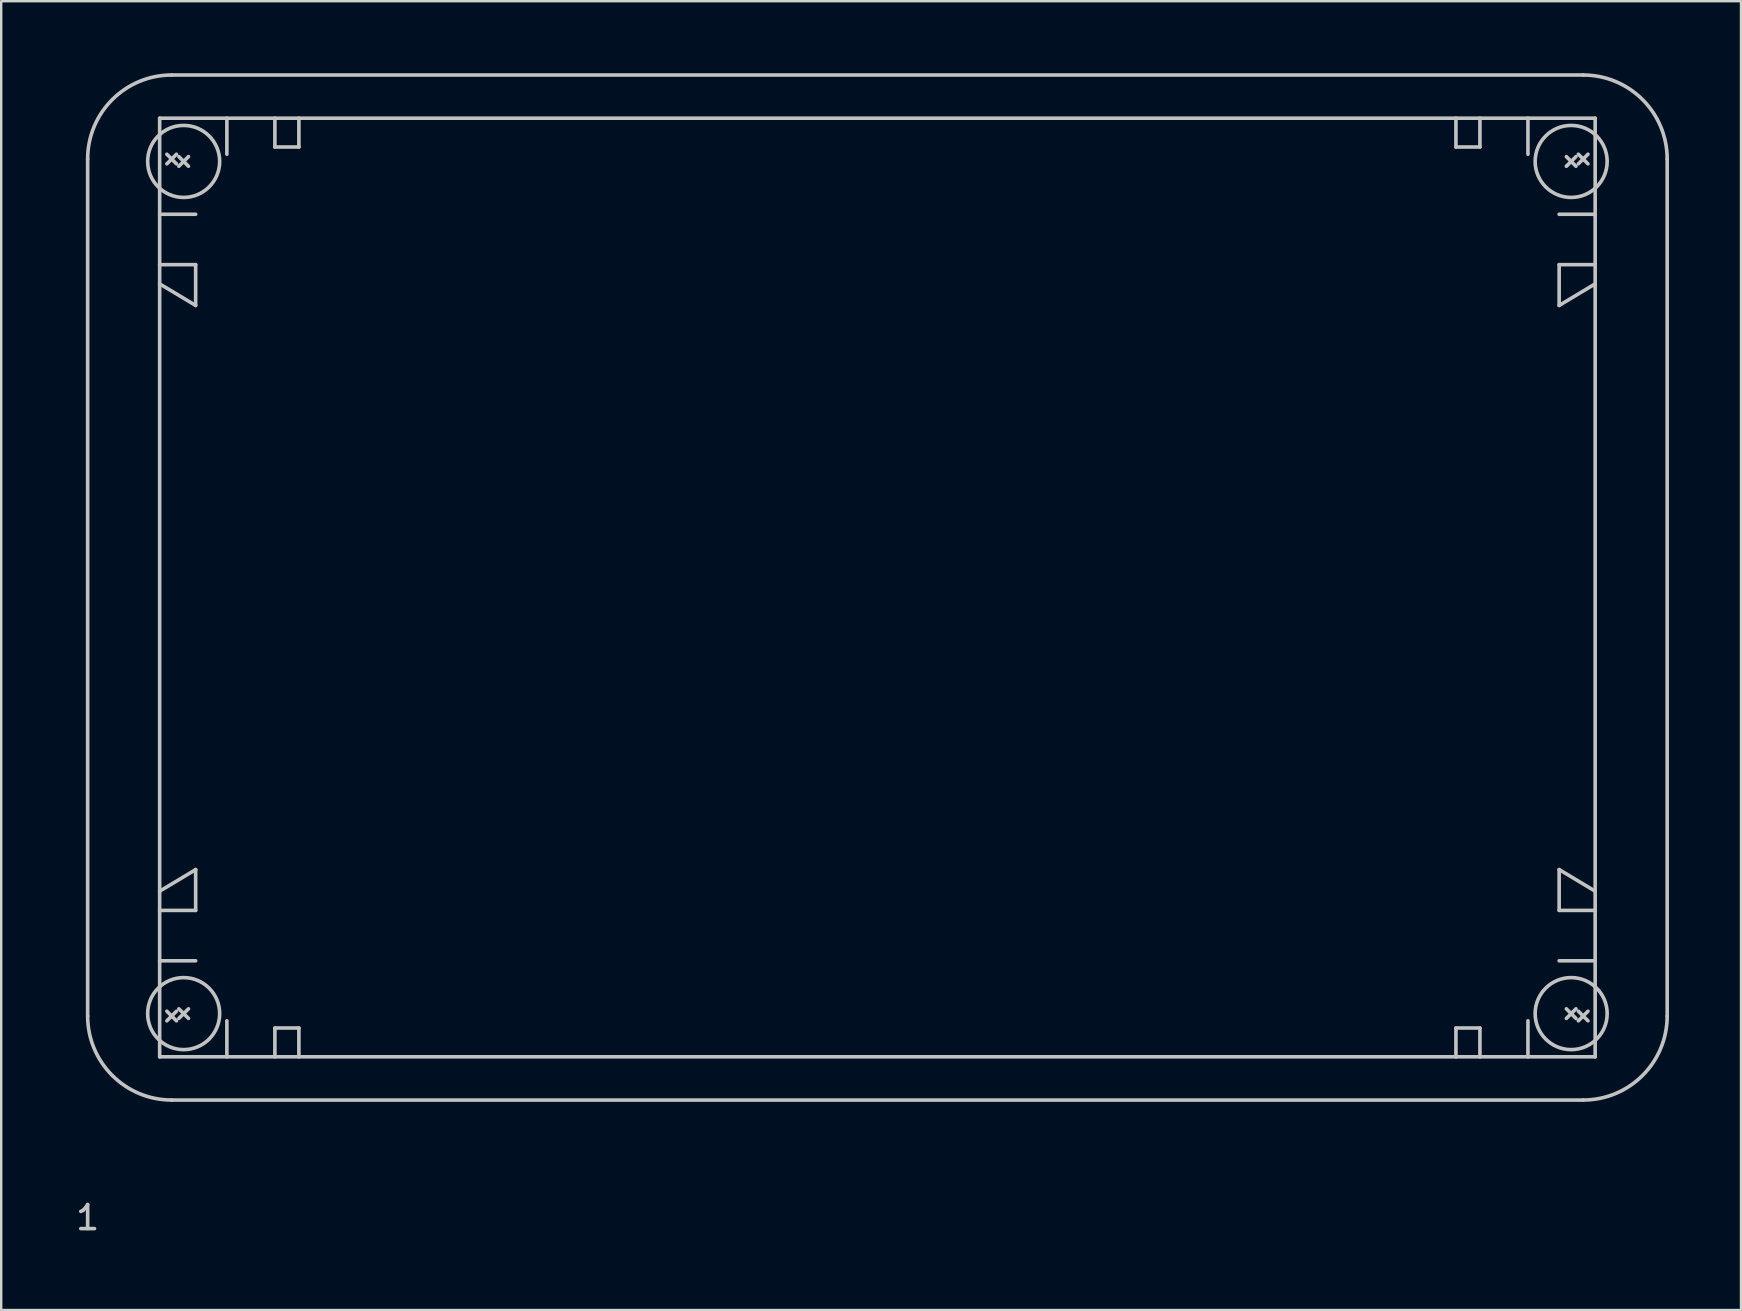
<source format=kicad_pcb>
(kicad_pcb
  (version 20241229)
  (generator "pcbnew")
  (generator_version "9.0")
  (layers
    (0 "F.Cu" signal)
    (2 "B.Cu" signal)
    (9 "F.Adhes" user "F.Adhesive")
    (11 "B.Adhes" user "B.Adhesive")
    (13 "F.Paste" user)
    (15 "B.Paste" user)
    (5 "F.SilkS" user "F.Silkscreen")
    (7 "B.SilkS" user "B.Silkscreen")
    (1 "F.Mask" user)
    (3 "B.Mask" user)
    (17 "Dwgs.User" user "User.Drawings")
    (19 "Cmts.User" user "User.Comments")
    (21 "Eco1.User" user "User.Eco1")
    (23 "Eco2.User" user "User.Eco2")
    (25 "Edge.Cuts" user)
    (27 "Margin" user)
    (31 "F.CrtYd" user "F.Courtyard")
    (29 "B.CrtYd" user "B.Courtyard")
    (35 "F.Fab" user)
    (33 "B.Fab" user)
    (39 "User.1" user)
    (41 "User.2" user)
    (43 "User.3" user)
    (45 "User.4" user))
  (footprint "1"
    (layer "F.Cu")
    (at 0.601 42.775)
    (property "Reference" "1" (at 0 4.9 0) (layer "Dwgs.User") (effects (font (size 1 1) (thickness 0.15))))
    (attr through_hole)
    (fp_line (start 0 -3.5) (end 0 -39.2) (stroke (width 0.15) (type solid)) (layer "Dwgs.User"))
    (fp_line (start 3 -40.9) (end 3 -1.8) (stroke (width 0.15) (type solid)) (layer "Dwgs.User"))
    (fp_line (start 3 -7.9) (end 4.5 -7.9) (stroke (width 0.15) (type solid)) (layer "Dwgs.User"))
    (fp_line (start 3 -5.8) (end 4.5 -5.8) (stroke (width 0.15) (type solid)) (layer "Dwgs.User"))
    (fp_line (start 3 -1.8) (end 62.8 -1.8) (stroke (width 0.15) (type solid)) (layer "Dwgs.User"))
    (fp_line (start 3.3 -39) (end 3.7 -39.4) (stroke (width 0.15) (type solid)) (layer "Dwgs.User"))
    (fp_line (start 3.3 -3.7) (end 3.7 -3.3) (stroke (width 0.15) (type solid)) (layer "Dwgs.User"))
    (fp_line (start 3.5 -42.7) (end 62.3 -42.7) (stroke (width 0.15) (type solid)) (layer "Dwgs.User"))
    (fp_line (start 3.7 -39) (end 3.3 -39.4) (stroke (width 0.15) (type solid)) (layer "Dwgs.User"))
    (fp_line (start 3.7 -3.7) (end 3.3 -3.3) (stroke (width 0.15) (type solid)) (layer "Dwgs.User"))
    (fp_line (start 3.8 -38.9) (end 4.2 -39.3) (stroke (width 0.15) (type solid)) (layer "Dwgs.User"))
    (fp_line (start 3.8 -3.8) (end 4.2 -3.4) (stroke (width 0.15) (type solid)) (layer "Dwgs.User"))
    (fp_line (start 4.2 -38.9) (end 3.8 -39.3) (stroke (width 0.15) (type solid)) (layer "Dwgs.User"))
    (fp_line (start 4.2 -3.8) (end 3.8 -3.4) (stroke (width 0.15) (type solid)) (layer "Dwgs.User"))
    (fp_line (start 4.5 -36.9) (end 3 -36.9) (stroke (width 0.15) (type solid)) (layer "Dwgs.User"))
    (fp_line (start 4.5 -34.8) (end 3 -34.8) (stroke (width 0.15) (type solid)) (layer "Dwgs.User"))
    (fp_line (start 4.5 -34.8) (end 4.5 -33.1) (stroke (width 0.15) (type solid)) (layer "Dwgs.User"))
    (fp_line (start 4.5 -33.1) (end 3 -34) (stroke (width 0.15) (type solid)) (layer "Dwgs.User"))
    (fp_line (start 4.5 -9.6) (end 3 -8.7) (stroke (width 0.15) (type solid)) (layer "Dwgs.User"))
    (fp_line (start 4.5 -7.9) (end 4.5 -9.6) (stroke (width 0.15) (type solid)) (layer "Dwgs.User"))
    (fp_line (start 5.8 -40.9) (end 5.8 -39.4) (stroke (width 0.15) (type solid)) (layer "Dwgs.User"))
    (fp_line (start 5.8 -1.8) (end 5.8 -3.3) (stroke (width 0.15) (type solid)) (layer "Dwgs.User"))
    (fp_line (start 7.8 -40.9) (end 7.8 -39.7) (stroke (width 0.15) (type solid)) (layer "Dwgs.User"))
    (fp_line (start 7.8 -39.7) (end 8.8 -39.7) (stroke (width 0.15) (type solid)) (layer "Dwgs.User"))
    (fp_line (start 7.8 -3) (end 8.8 -3) (stroke (width 0.15) (type solid)) (layer "Dwgs.User"))
    (fp_line (start 7.8 -1.8) (end 7.8 -3) (stroke (width 0.15) (type solid)) (layer "Dwgs.User"))
    (fp_line (start 8.8 -39.7) (end 8.8 -40.9) (stroke (width 0.15) (type solid)) (layer "Dwgs.User"))
    (fp_line (start 8.8 -3) (end 8.8 -1.8) (stroke (width 0.15) (type solid)) (layer "Dwgs.User"))
    (fp_line (start 57 -39.7) (end 57 -40.9) (stroke (width 0.15) (type solid)) (layer "Dwgs.User"))
    (fp_line (start 57 -3) (end 57 -1.8) (stroke (width 0.15) (type solid)) (layer "Dwgs.User"))
    (fp_line (start 58 -40.9) (end 58 -39.7) (stroke (width 0.15) (type solid)) (layer "Dwgs.User"))
    (fp_line (start 58 -39.7) (end 57 -39.7) (stroke (width 0.15) (type solid)) (layer "Dwgs.User"))
    (fp_line (start 58 -3) (end 57 -3) (stroke (width 0.15) (type solid)) (layer "Dwgs.User"))
    (fp_line (start 58 -1.8) (end 58 -3) (stroke (width 0.15) (type solid)) (layer "Dwgs.User"))
    (fp_line (start 60 -40.9) (end 60 -39.4) (stroke (width 0.15) (type solid)) (layer "Dwgs.User"))
    (fp_line (start 60 -1.8) (end 60 -3.3) (stroke (width 0.15) (type solid)) (layer "Dwgs.User"))
    (fp_line (start 61.3 -34.8) (end 61.3 -33.1) (stroke (width 0.15) (type solid)) (layer "Dwgs.User"))
    (fp_line (start 61.3 -33.1) (end 62.8 -34) (stroke (width 0.15) (type solid)) (layer "Dwgs.User"))
    (fp_line (start 61.3 -9.6) (end 62.8 -8.7) (stroke (width 0.15) (type solid)) (layer "Dwgs.User"))
    (fp_line (start 61.3 -7.9) (end 61.3 -9.6) (stroke (width 0.15) (type solid)) (layer "Dwgs.User"))
    (fp_line (start 61.3 -7.9) (end 62.8 -7.9) (stroke (width 0.15) (type solid)) (layer "Dwgs.User"))
    (fp_line (start 61.3 -5.8) (end 62.8 -5.8) (stroke (width 0.15) (type solid)) (layer "Dwgs.User"))
    (fp_line (start 61.6 -38.9) (end 62 -39.3) (stroke (width 0.15) (type solid)) (layer "Dwgs.User"))
    (fp_line (start 61.6 -3.8) (end 62 -3.4) (stroke (width 0.15) (type solid)) (layer "Dwgs.User"))
    (fp_line (start 62 -38.9) (end 61.6 -39.3) (stroke (width 0.15) (type solid)) (layer "Dwgs.User"))
    (fp_line (start 62 -3.8) (end 61.6 -3.4) (stroke (width 0.15) (type solid)) (layer "Dwgs.User"))
    (fp_line (start 62.1 -39) (end 62.5 -39.4) (stroke (width 0.15) (type solid)) (layer "Dwgs.User"))
    (fp_line (start 62.1 -3.7) (end 62.5 -3.3) (stroke (width 0.15) (type solid)) (layer "Dwgs.User"))
    (fp_line (start 62.3 0) (end 3.5 0) (stroke (width 0.15) (type solid)) (layer "Dwgs.User"))
    (fp_line (start 62.5 -39) (end 62.1 -39.4) (stroke (width 0.15) (type solid)) (layer "Dwgs.User"))
    (fp_line (start 62.5 -3.7) (end 62.1 -3.3) (stroke (width 0.15) (type solid)) (layer "Dwgs.User"))
    (fp_line (start 62.8 -40.9) (end 3 -40.9) (stroke (width 0.15) (type solid)) (layer "Dwgs.User"))
    (fp_line (start 62.8 -36.9) (end 61.3 -36.9) (stroke (width 0.15) (type solid)) (layer "Dwgs.User"))
    (fp_line (start 62.8 -34.8) (end 61.3 -34.8) (stroke (width 0.15) (type solid)) (layer "Dwgs.User"))
    (fp_line (start 62.8 -1.8) (end 62.8 -40.9) (stroke (width 0.15) (type solid)) (layer "Dwgs.User"))
    (fp_line (start 65.8 -39.2) (end 65.8 -3.5) (stroke (width 0.15) (type solid)) (layer "Dwgs.User"))
    (fp_arc (start 0 -39.2) (mid 1.025126 -41.674874) (end 3.5 -42.7) (stroke (width 0.15) (type solid)) (layer "Dwgs.User"))
    (fp_arc (start 3.5 0) (mid 1.025126 -1.025126) (end 0 -3.5) (stroke (width 0.15) (type solid)) (layer "Dwgs.User"))
    (fp_arc (start 62.3 -42.7) (mid 64.774874 -41.674874) (end 65.8 -39.2) (stroke (width 0.15) (type solid)) (layer "Dwgs.User"))
    (fp_arc (start 65.8 -3.5) (mid 64.774874 -1.025126) (end 62.3 0) (stroke (width 0.15) (type solid)) (layer "Dwgs.User"))
    (fp_circle (center 4 -39.1) (end 2.5 -39.1) (stroke (width 0.15) (type solid)) (fill no) (layer "Dwgs.User"))
    (fp_circle (center 4 -3.6) (end 5.5 -3.6) (stroke (width 0.15) (type solid)) (fill no) (layer "Dwgs.User"))
    (fp_circle (center 61.8 -39.1) (end 60.3 -39.1) (stroke (width 0.15) (type solid)) (fill no) (layer "Dwgs.User"))
    (fp_circle (center 61.8 -3.6) (end 63.3 -3.6) (stroke (width 0.15) (type solid)) (fill no) (layer "Dwgs.User")))
  (gr_rect
    (start -3 -3)
    (end 69.476 51.523)
    (stroke (width 0.1) (type default))
    (fill no)
    (layer "Edge.Cuts")))
</source>
